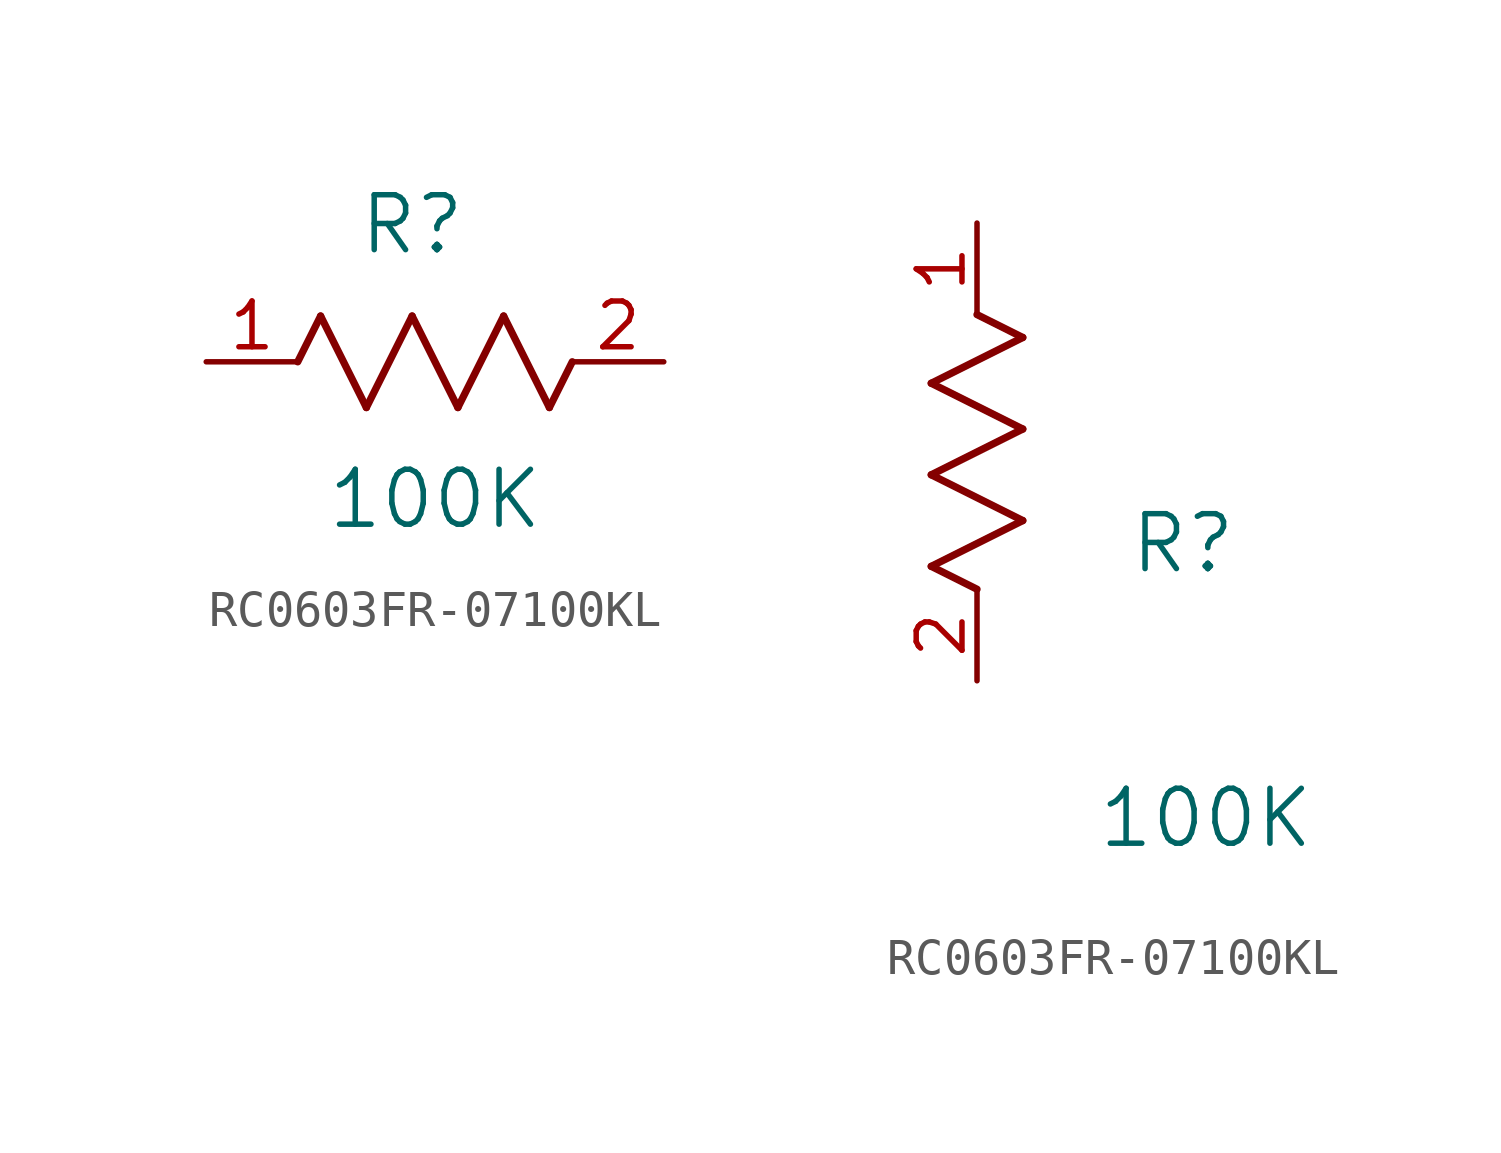
<source format=kicad_sym>
(kicad_symbol_lib
  (version 20231120)
  (generator "kicad_symbol_editor")
  (generator_version "8.0")
  (symbol "RC0603FR-07100KL"
    (pin_names
      (offset 0.254))
    (property "Reference" "R"
      (at 5.715 3.81 0)
      (effects (font (size 1.524 1.524))))
    (property "Value" "100K"
      (at 6.35 -3.81 0)
      (effects (font (size 1.524 1.524))))
    (symbol "RC0603FR-07100KL_1_1"
      (polyline (pts (xy 2.54 0) (xy 3.175 1.27)) (stroke (width 0.203) (type default)) (fill (type none)))
      (polyline (pts (xy 3.175 1.27) (xy 4.445 -1.27)) (stroke (width 0.203) (type default)) (fill (type none)))
      (polyline (pts (xy 4.445 -1.27) (xy 5.715 1.27)) (stroke (width 0.203) (type default)) (fill (type none)))
      (polyline (pts (xy 5.715 1.27) (xy 6.985 -1.27)) (stroke (width 0.203) (type default)) (fill (type none)))
      (polyline (pts (xy 6.985 -1.27) (xy 8.255 1.27)) (stroke (width 0.203) (type default)) (fill (type none)))
      (polyline (pts (xy 8.255 1.27) (xy 9.525 -1.27)) (stroke (width 0.203) (type default)) (fill (type none)))
      (polyline (pts (xy 9.525 -1.27) (xy 10.16 0)) (stroke (width 0.203) (type default)) (fill (type none)))
      (pin unspecified line (at 0 0 0) (length 2.54) (name "" (effects (font (size 1.27 1.27)))) (number "1" (effects (font (size 1.27 1.27)))))
      (pin unspecified line (at 12.7 0 180) (length 2.54) (name "" (effects (font (size 1.27 1.27)))) (number "2" (effects (font (size 1.27 1.27))))))
    (symbol "RC0603FR-07100KL_1_2"
      (polyline (pts (xy -1.27 3.175) (xy 1.27 4.445)) (stroke (width 0.203) (type default)) (fill (type none)))
      (polyline (pts (xy -1.27 5.715) (xy 1.27 6.985)) (stroke (width 0.203) (type default)) (fill (type none)))
      (polyline (pts (xy -1.27 8.255) (xy 1.27 9.525)) (stroke (width 0.203) (type default)) (fill (type none)))
      (polyline (pts (xy 0 2.54) (xy -1.27 3.175)) (stroke (width 0.203) (type default)) (fill (type none)))
      (polyline (pts (xy 1.27 4.445) (xy -1.27 5.715)) (stroke (width 0.203) (type default)) (fill (type none)))
      (polyline (pts (xy 1.27 6.985) (xy -1.27 8.255)) (stroke (width 0.203) (type default)) (fill (type none)))
      (polyline (pts (xy 1.27 9.525) (xy 0 10.16)) (stroke (width 0.203) (type default)) (fill (type none)))
      (pin unspecified line (at 0 12.7 270) (length 2.54) (name "" (effects (font (size 1.27 1.27)))) (number "1" (effects (font (size 1.27 1.27)))))
      (pin unspecified line (at 0 0 90) (length 2.54) (name "" (effects (font (size 1.27 1.27)))) (number "2" (effects (font (size 1.27 1.27))))))))
</source>
